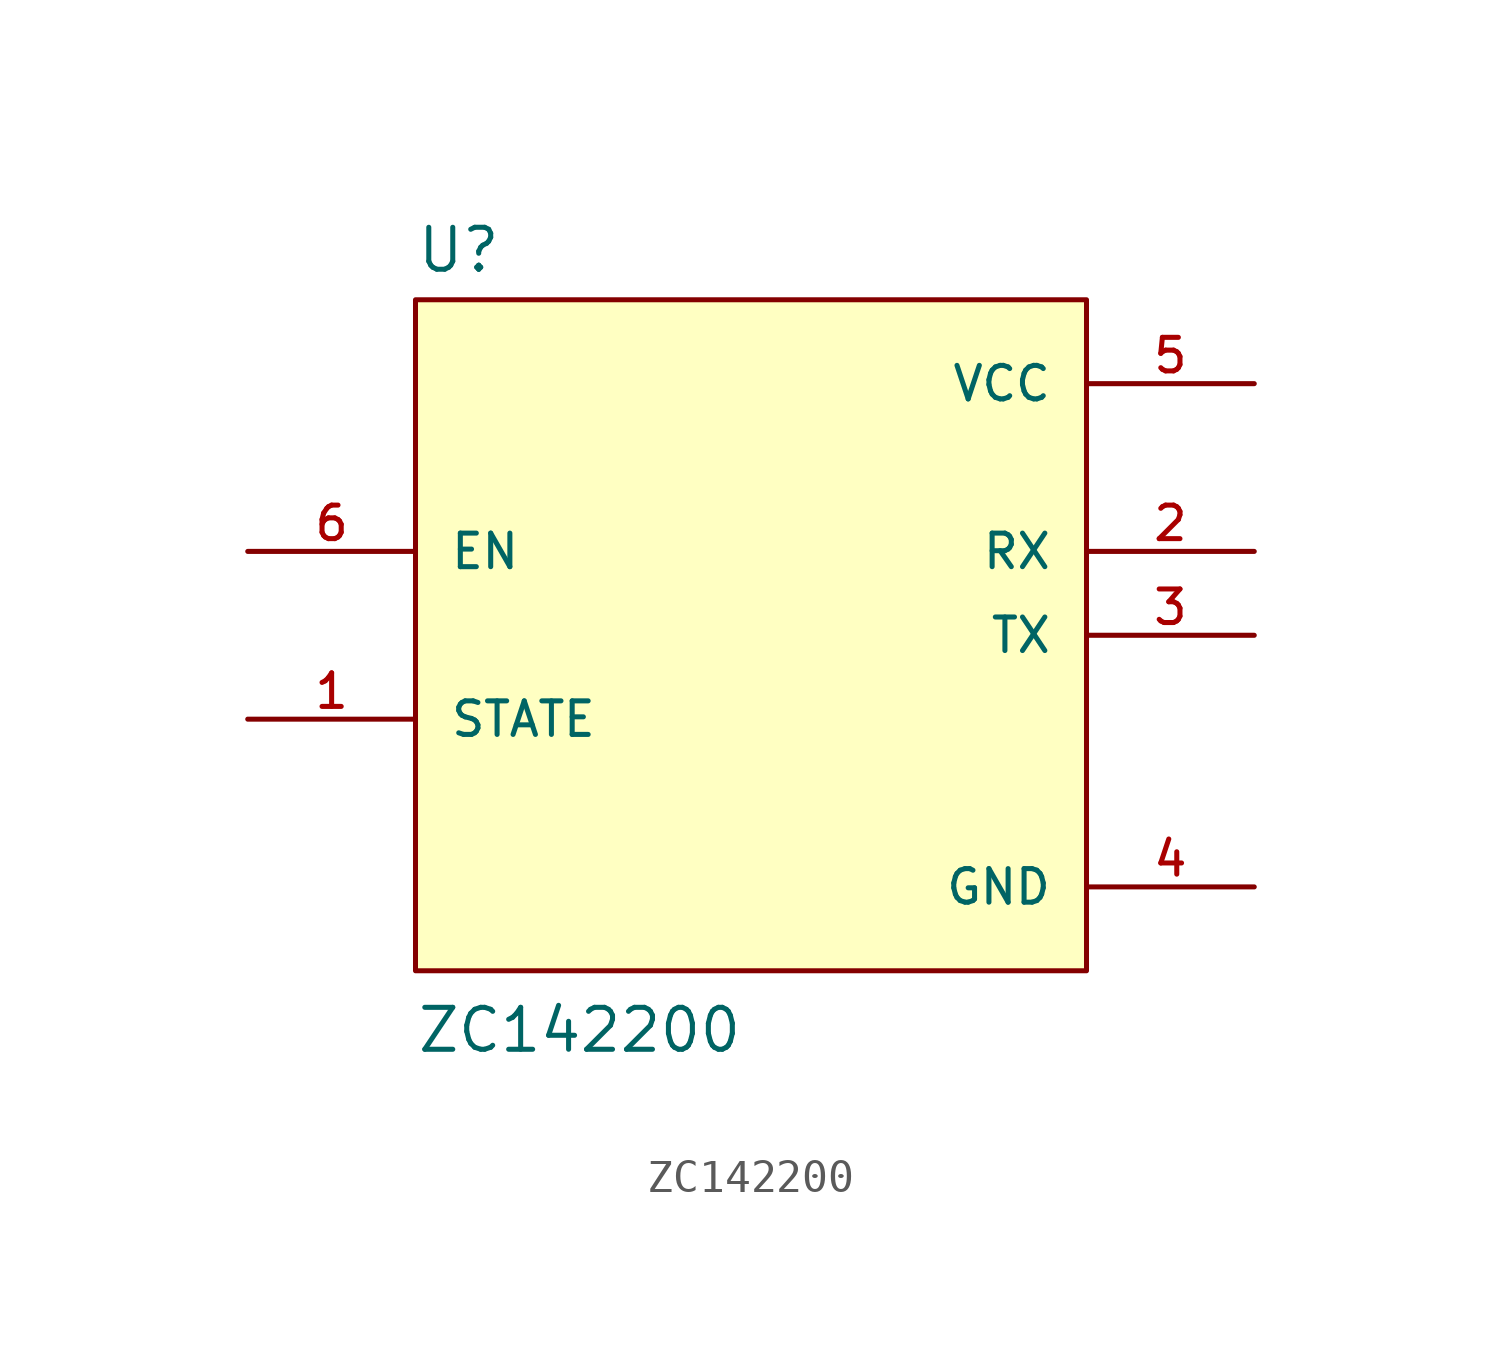
<source format=kicad_sym>
(kicad_symbol_lib
  (version 20211014)
  (generator kicad_symbol_editor)
  (symbol "ZC142200"
    (pin_names
      (offset 1.016))
    (property "Reference" "U"
      (at -10.16 10.922 0)
      (effects (font (size 1.27 1.27)) (justify bottom left)))
    (property "Value" "ZC142200"
      (at -10.16 -12.7 0)
      (effects (font (size 1.27 1.27)) (justify bottom left)))
    (symbol "ZC142200_0_0"
      (rectangle (start -10.16 -10.16) (end 10.16 10.16) (stroke (width 0.152)) (fill (type background)))
      (pin input line (at -15.24 -2.54 0) (length 5.08) (name "STATE" (effects (font (size 1.016 1.016)))) (number "1" (effects (font (size 1.016 1.016)))))
      (pin input line (at 15.24 2.54 180.0) (length 5.08) (name "RX" (effects (font (size 1.016 1.016)))) (number "2" (effects (font (size 1.016 1.016)))))
      (pin power_in line (at 15.24 -7.62 180.0) (length 5.08) (name "GND" (effects (font (size 1.016 1.016)))) (number "4" (effects (font (size 1.016 1.016)))))
      (pin output line (at 15.24 0.0 180.0) (length 5.08) (name "TX" (effects (font (size 1.016 1.016)))) (number "3" (effects (font (size 1.016 1.016)))))
      (pin power_in line (at 15.24 7.62 180.0) (length 5.08) (name "VCC" (effects (font (size 1.016 1.016)))) (number "5" (effects (font (size 1.016 1.016)))))
      (pin input line (at -15.24 2.54 0) (length 5.08) (name "EN" (effects (font (size 1.016 1.016)))) (number "6" (effects (font (size 1.016 1.016))))))))
</source>
